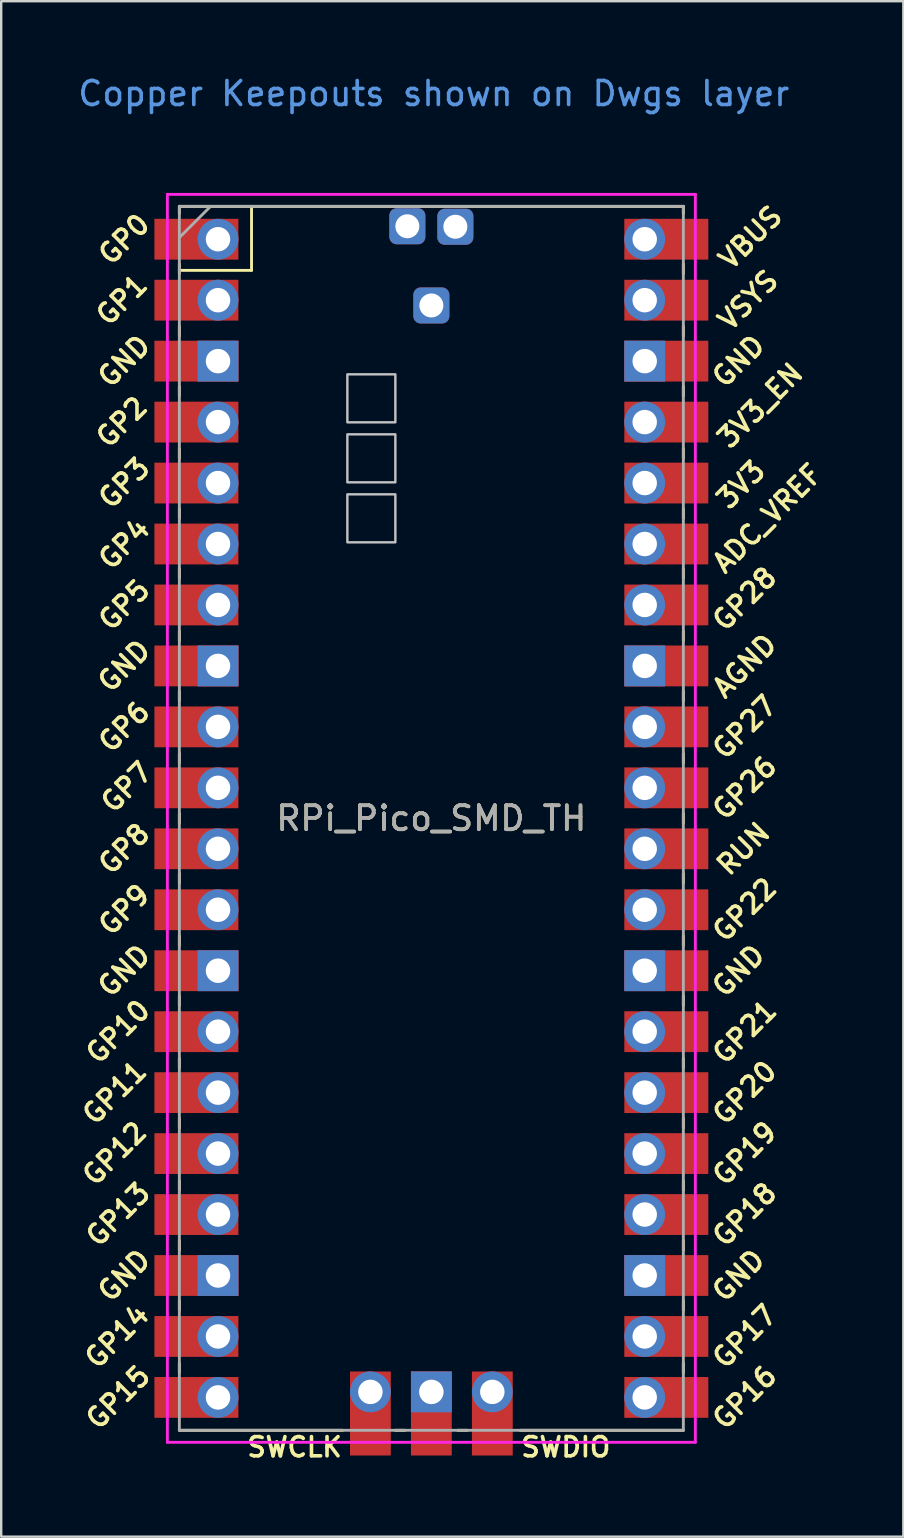
<source format=kicad_pcb>
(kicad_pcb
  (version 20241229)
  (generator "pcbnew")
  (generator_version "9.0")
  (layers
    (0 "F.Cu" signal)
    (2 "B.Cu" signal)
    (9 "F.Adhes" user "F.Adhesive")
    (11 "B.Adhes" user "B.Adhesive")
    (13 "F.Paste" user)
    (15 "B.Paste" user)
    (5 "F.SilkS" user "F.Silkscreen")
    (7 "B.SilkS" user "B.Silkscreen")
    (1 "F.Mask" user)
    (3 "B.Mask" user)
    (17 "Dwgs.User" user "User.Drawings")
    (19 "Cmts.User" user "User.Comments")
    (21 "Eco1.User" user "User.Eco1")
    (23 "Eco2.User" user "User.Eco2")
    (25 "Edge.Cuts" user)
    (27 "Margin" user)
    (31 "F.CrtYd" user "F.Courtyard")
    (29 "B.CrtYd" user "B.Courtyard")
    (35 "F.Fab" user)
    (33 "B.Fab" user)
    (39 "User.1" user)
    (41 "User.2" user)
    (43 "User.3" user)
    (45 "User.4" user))
  (footprint "RPi_Pico_SMD_TH"
    (layer "F.Cu")
    (at 14.924 31.048)
    (property "Reference" "RPi_Pico_SMD_TH" (at 0 0 0) (layer "F.SilkS") (effects (font (size 1 1) (thickness 0.15))))
    (attr through_hole)
    (fp_line (start -10.5 -25.5) (end -10.5 -25.2) (stroke (width 0.12) (type solid)) (layer "F.SilkS"))
    (fp_line (start -10.5 -25.5) (end 10.5 -25.5) (stroke (width 0.12) (type solid)) (layer "F.SilkS"))
    (fp_line (start -10.5 -23.1) (end -10.5 -22.7) (stroke (width 0.12) (type solid)) (layer "F.SilkS"))
    (fp_line (start -10.5 -22.833) (end -7.493 -22.833) (stroke (width 0.12) (type solid)) (layer "F.SilkS"))
    (fp_line (start -10.5 -20.5) (end -10.5 -20.1) (stroke (width 0.12) (type solid)) (layer "F.SilkS"))
    (fp_line (start -10.5 -18) (end -10.5 -17.6) (stroke (width 0.12) (type solid)) (layer "F.SilkS"))
    (fp_line (start -10.5 -15.4) (end -10.5 -15) (stroke (width 0.12) (type solid)) (layer "F.SilkS"))
    (fp_line (start -10.5 -12.9) (end -10.5 -12.5) (stroke (width 0.12) (type solid)) (layer "F.SilkS"))
    (fp_line (start -10.5 -10.4) (end -10.5 -10) (stroke (width 0.12) (type solid)) (layer "F.SilkS"))
    (fp_line (start -10.5 -7.8) (end -10.5 -7.4) (stroke (width 0.12) (type solid)) (layer "F.SilkS"))
    (fp_line (start -10.5 -5.3) (end -10.5 -4.9) (stroke (width 0.12) (type solid)) (layer "F.SilkS"))
    (fp_line (start -10.5 -2.7) (end -10.5 -2.3) (stroke (width 0.12) (type solid)) (layer "F.SilkS"))
    (fp_line (start -10.5 -0.2) (end -10.5 0.2) (stroke (width 0.12) (type solid)) (layer "F.SilkS"))
    (fp_line (start -10.5 2.3) (end -10.5 2.7) (stroke (width 0.12) (type solid)) (layer "F.SilkS"))
    (fp_line (start -10.5 4.9) (end -10.5 5.3) (stroke (width 0.12) (type solid)) (layer "F.SilkS"))
    (fp_line (start -10.5 7.4) (end -10.5 7.8) (stroke (width 0.12) (type solid)) (layer "F.SilkS"))
    (fp_line (start -10.5 10) (end -10.5 10.4) (stroke (width 0.12) (type solid)) (layer "F.SilkS"))
    (fp_line (start -10.5 12.5) (end -10.5 12.9) (stroke (width 0.12) (type solid)) (layer "F.SilkS"))
    (fp_line (start -10.5 15.1) (end -10.5 15.5) (stroke (width 0.12) (type solid)) (layer "F.SilkS"))
    (fp_line (start -10.5 17.6) (end -10.5 18) (stroke (width 0.12) (type solid)) (layer "F.SilkS"))
    (fp_line (start -10.5 20.1) (end -10.5 20.5) (stroke (width 0.12) (type solid)) (layer "F.SilkS"))
    (fp_line (start -10.5 22.7) (end -10.5 23.1) (stroke (width 0.12) (type solid)) (layer "F.SilkS"))
    (fp_line (start -7.493 -22.833) (end -7.493 -25.5) (stroke (width 0.12) (type solid)) (layer "F.SilkS"))
    (fp_line (start -3.7 25.5) (end -10.5 25.5) (stroke (width 0.12) (type solid)) (layer "F.SilkS"))
    (fp_line (start -1.5 25.5) (end -1.1 25.5) (stroke (width 0.12) (type solid)) (layer "F.SilkS"))
    (fp_line (start 1.1 25.5) (end 1.5 25.5) (stroke (width 0.12) (type solid)) (layer "F.SilkS"))
    (fp_line (start 10.5 -25.5) (end 10.5 -25.2) (stroke (width 0.12) (type solid)) (layer "F.SilkS"))
    (fp_line (start 10.5 -23.1) (end 10.5 -22.7) (stroke (width 0.12) (type solid)) (layer "F.SilkS"))
    (fp_line (start 10.5 -20.5) (end 10.5 -20.1) (stroke (width 0.12) (type solid)) (layer "F.SilkS"))
    (fp_line (start 10.5 -18) (end 10.5 -17.6) (stroke (width 0.12) (type solid)) (layer "F.SilkS"))
    (fp_line (start 10.5 -15.4) (end 10.5 -15) (stroke (width 0.12) (type solid)) (layer "F.SilkS"))
    (fp_line (start 10.5 -12.9) (end 10.5 -12.5) (stroke (width 0.12) (type solid)) (layer "F.SilkS"))
    (fp_line (start 10.5 -10.4) (end 10.5 -10) (stroke (width 0.12) (type solid)) (layer "F.SilkS"))
    (fp_line (start 10.5 -7.8) (end 10.5 -7.4) (stroke (width 0.12) (type solid)) (layer "F.SilkS"))
    (fp_line (start 10.5 -5.3) (end 10.5 -4.9) (stroke (width 0.12) (type solid)) (layer "F.SilkS"))
    (fp_line (start 10.5 -2.7) (end 10.5 -2.3) (stroke (width 0.12) (type solid)) (layer "F.SilkS"))
    (fp_line (start 10.5 -0.2) (end 10.5 0.2) (stroke (width 0.12) (type solid)) (layer "F.SilkS"))
    (fp_line (start 10.5 2.3) (end 10.5 2.7) (stroke (width 0.12) (type solid)) (layer "F.SilkS"))
    (fp_line (start 10.5 4.9) (end 10.5 5.3) (stroke (width 0.12) (type solid)) (layer "F.SilkS"))
    (fp_line (start 10.5 7.4) (end 10.5 7.8) (stroke (width 0.12) (type solid)) (layer "F.SilkS"))
    (fp_line (start 10.5 10) (end 10.5 10.4) (stroke (width 0.12) (type solid)) (layer "F.SilkS"))
    (fp_line (start 10.5 12.5) (end 10.5 12.9) (stroke (width 0.12) (type solid)) (layer "F.SilkS"))
    (fp_line (start 10.5 15.1) (end 10.5 15.5) (stroke (width 0.12) (type solid)) (layer "F.SilkS"))
    (fp_line (start 10.5 17.6) (end 10.5 18) (stroke (width 0.12) (type solid)) (layer "F.SilkS"))
    (fp_line (start 10.5 20.1) (end 10.5 20.5) (stroke (width 0.12) (type solid)) (layer "F.SilkS"))
    (fp_line (start 10.5 22.7) (end 10.5 23.1) (stroke (width 0.12) (type solid)) (layer "F.SilkS"))
    (fp_line (start 10.5 25.5) (end 3.7 25.5) (stroke (width 0.12) (type solid)) (layer "F.SilkS"))
    (fp_poly (pts (xy -1.5 -16.5) (xy -3.5 -16.5) (xy -3.5 -18.5) (xy -1.5 -18.5)) (stroke (width 0.1) (type solid)) (fill no) (layer "Dwgs.User"))
    (fp_poly (pts (xy -1.5 -14) (xy -3.5 -14) (xy -3.5 -16) (xy -1.5 -16)) (stroke (width 0.1) (type solid)) (fill no) (layer "Dwgs.User"))
    (fp_poly (pts (xy -1.5 -11.5) (xy -3.5 -11.5) (xy -3.5 -13.5) (xy -1.5 -13.5)) (stroke (width 0.1) (type solid)) (fill no) (layer "Dwgs.User"))
    (fp_line (start -11 -26) (end 11 -26) (stroke (width 0.12) (type solid)) (layer "F.CrtYd"))
    (fp_line (start -11 26) (end -11 -26) (stroke (width 0.12) (type solid)) (layer "F.CrtYd"))
    (fp_line (start 11 -26) (end 11 26) (stroke (width 0.12) (type solid)) (layer "F.CrtYd"))
    (fp_line (start 11 26) (end -11 26) (stroke (width 0.12) (type solid)) (layer "F.CrtYd"))
    (fp_line (start -10.5 -25.5) (end 10.5 -25.5) (stroke (width 0.12) (type solid)) (layer "F.Fab"))
    (fp_line (start -10.5 -24.2) (end -9.2 -25.5) (stroke (width 0.12) (type solid)) (layer "F.Fab"))
    (fp_line (start -10.5 25.5) (end -10.5 -25.5) (stroke (width 0.12) (type solid)) (layer "F.Fab"))
    (fp_line (start 10.5 -25.5) (end 10.5 25.5) (stroke (width 0.12) (type solid)) (layer "F.Fab"))
    (fp_line (start 10.5 25.5) (end -10.5 25.5) (stroke (width 0.12) (type solid)) (layer "F.Fab"))
    (fp_text user "ADC_VREF" (at 14 -12.5 45) (layer "F.SilkS") (effects (font (size 0.8 0.8) (thickness 0.15))))
    (fp_text user "GP11" (at -13.2 11.43 45) (layer "F.SilkS") (effects (font (size 0.8 0.8) (thickness 0.15))))
    (fp_text user "GP9" (at -12.8 3.81 45) (layer "F.SilkS") (effects (font (size 0.8 0.8) (thickness 0.15))))
    (fp_text user "GP7" (at -12.7 -1.3 45) (layer "F.SilkS") (effects (font (size 0.8 0.8) (thickness 0.15))))
    (fp_text user "GP26" (at 13.054 -1.27 45) (layer "F.SilkS") (effects (font (size 0.8 0.8) (thickness 0.15))))
    (fp_text user "GP14" (at -13.1 21.59 45) (layer "F.SilkS") (effects (font (size 0.8 0.8) (thickness 0.15))))
    (fp_text user "GP5" (at -12.8 -8.89 45) (layer "F.SilkS") (effects (font (size 0.8 0.8) (thickness 0.15))))
    (fp_text user "GP13" (at -13.054 16.51 45) (layer "F.SilkS") (effects (font (size 0.8 0.8) (thickness 0.15))))
    (fp_text user "GP27" (at 13.054 -3.8 45) (layer "F.SilkS") (effects (font (size 0.8 0.8) (thickness 0.15))))
    (fp_text user "GP21" (at 13.054 8.9 45) (layer "F.SilkS") (effects (font (size 0.8 0.8) (thickness 0.15))))
    (fp_text user "GP1" (at -12.9 -21.6 45) (layer "F.SilkS") (effects (font (size 0.8 0.8) (thickness 0.15))))
    (fp_text user "GP17" (at 13.054 21.59 45) (layer "F.SilkS") (effects (font (size 0.8 0.8) (thickness 0.15))))
    (fp_text user "GP20" (at 13.054 11.43 45) (layer "F.SilkS") (effects (font (size 0.8 0.8) (thickness 0.15))))
    (fp_text user "GP4" (at -12.8 -11.43 45) (layer "F.SilkS") (effects (font (size 0.8 0.8) (thickness 0.15))))
    (fp_text user "GND" (at -12.8 6.35 45) (layer "F.SilkS") (effects (font (size 0.8 0.8) (thickness 0.15))))
    (fp_text user "SWCLK" (at -5.7 26.2 0) (layer "F.SilkS") (effects (font (size 0.8 0.8) (thickness 0.15))))
    (fp_text user "GND" (at 12.8 6.35 45) (layer "F.SilkS") (effects (font (size 0.8 0.8) (thickness 0.15))))
    (fp_text user "3V3" (at 12.9 -13.9 45) (layer "F.SilkS") (effects (font (size 0.8 0.8) (thickness 0.15))))
    (fp_text user "GP16" (at 13.054 24.13 45) (layer "F.SilkS") (effects (font (size 0.8 0.8) (thickness 0.15))))
    (fp_text user "GP2" (at -12.9 -16.51 45) (layer "F.SilkS") (effects (font (size 0.8 0.8) (thickness 0.15))))
    (fp_text user "GP19" (at 13.054 13.97 45) (layer "F.SilkS") (effects (font (size 0.8 0.8) (thickness 0.15))))
    (fp_text user "GP8" (at -12.8 1.27 45) (layer "F.SilkS") (effects (font (size 0.8 0.8) (thickness 0.15))))
    (fp_text user "GP6" (at -12.8 -3.81 45) (layer "F.SilkS") (effects (font (size 0.8 0.8) (thickness 0.15))))
    (fp_text user "GND" (at -12.8 19.05 45) (layer "F.SilkS") (effects (font (size 0.8 0.8) (thickness 0.15))))
    (fp_text user "GND" (at -12.8 -19.05 45) (layer "F.SilkS") (effects (font (size 0.8 0.8) (thickness 0.15))))
    (fp_text user "GP0" (at -12.8 -24.13 45) (layer "F.SilkS") (effects (font (size 0.8 0.8) (thickness 0.15))))
    (fp_text user "GP15" (at -13.054 24.13 45) (layer "F.SilkS") (effects (font (size 0.8 0.8) (thickness 0.15))))
    (fp_text user "RUN" (at 13 1.27 45) (layer "F.SilkS") (effects (font (size 0.8 0.8) (thickness 0.15))))
    (fp_text user "SWDIO" (at 5.6 26.2 0) (layer "F.SilkS") (effects (font (size 0.8 0.8) (thickness 0.15))))
    (fp_text user "AGND" (at 13.054 -6.35 45) (layer "F.SilkS") (effects (font (size 0.8 0.8) (thickness 0.15))))
    (fp_text user "VBUS" (at 13.3 -24.2 45) (layer "F.SilkS") (effects (font (size 0.8 0.8) (thickness 0.15))))
    (fp_text user "GP10" (at -13.054 8.89 45) (layer "F.SilkS") (effects (font (size 0.8 0.8) (thickness 0.15))))
    (fp_text user "GP22" (at 13.054 3.81 45) (layer "F.SilkS") (effects (font (size 0.8 0.8) (thickness 0.15))))
    (fp_text user "GP12" (at -13.2 13.97 45) (layer "F.SilkS") (effects (font (size 0.8 0.8) (thickness 0.15))))
    (fp_text user "VSYS" (at 13.2 -21.59 45) (layer "F.SilkS") (effects (font (size 0.8 0.8) (thickness 0.15))))
    (fp_text user "GND" (at 12.8 19.05 45) (layer "F.SilkS") (effects (font (size 0.8 0.8) (thickness 0.15))))
    (fp_text user "3V3_EN" (at 13.7 -17.2 45) (layer "F.SilkS") (effects (font (size 0.8 0.8) (thickness 0.15))))
    (fp_text user "GP18" (at 13.054 16.51 45) (layer "F.SilkS") (effects (font (size 0.8 0.8) (thickness 0.15))))
    (fp_text user "GND" (at -12.8 -6.35 45) (layer "F.SilkS") (effects (font (size 0.8 0.8) (thickness 0.15))))
    (fp_text user "GP28" (at 13.054 -9.144 45) (layer "F.SilkS") (effects (font (size 0.8 0.8) (thickness 0.15))))
    (fp_text user "GP3" (at -12.8 -13.97 45) (layer "F.SilkS") (effects (font (size 0.8 0.8) (thickness 0.15))))
    (fp_text user "GND" (at 12.8 -19.05 45) (layer "F.SilkS") (effects (font (size 0.8 0.8) (thickness 0.15))))
    (fp_text user "Copper Keepouts shown on Dwgs layer" (at 0.1 -30.2 0) (layer "Cmts.User") (effects (font (size 1 1) (thickness 0.15))))
    (fp_text user "${REFERENCE}" (at 0 0 180) (layer "F.Fab") (effects (font (size 1 1) (thickness 0.15))))
    (pad "1" thru_hole oval (at -8.89 -24.13) (size 1.7 1.7) (drill 1.02) (layers "*.Cu" "*.Mask"))
    (pad "1" smd rect (at -8.89 -24.13) (size 3.5 1.7) (drill (offset -0.9 0)) (layers "F.Cu" "F.Mask"))
    (pad "2" thru_hole oval (at -8.89 -21.59) (size 1.7 1.7) (drill 1.02) (layers "*.Cu" "*.Mask"))
    (pad "2" smd rect (at -8.89 -21.59) (size 3.5 1.7) (drill (offset -0.9 0)) (layers "F.Cu" "F.Mask"))
    (pad "3" thru_hole rect (at -8.89 -19.05) (size 1.7 1.7) (drill 1.02) (layers "*.Cu" "*.Mask"))
    (pad "3" smd rect (at -8.89 -19.05) (size 3.5 1.7) (drill (offset -0.9 0)) (layers "F.Cu" "F.Mask"))
    (pad "4" thru_hole oval (at -8.89 -16.51) (size 1.7 1.7) (drill 1.02) (layers "*.Cu" "*.Mask"))
    (pad "4" smd rect (at -8.89 -16.51) (size 3.5 1.7) (drill (offset -0.9 0)) (layers "F.Cu" "F.Mask"))
    (pad "5" thru_hole oval (at -8.89 -13.97) (size 1.7 1.7) (drill 1.02) (layers "*.Cu" "*.Mask"))
    (pad "5" smd rect (at -8.89 -13.97) (size 3.5 1.7) (drill (offset -0.9 0)) (layers "F.Cu" "F.Mask"))
    (pad "6" thru_hole oval (at -8.89 -11.43) (size 1.7 1.7) (drill 1.02) (layers "*.Cu" "*.Mask"))
    (pad "6" smd rect (at -8.89 -11.43) (size 3.5 1.7) (drill (offset -0.9 0)) (layers "F.Cu" "F.Mask"))
    (pad "7" thru_hole oval (at -8.89 -8.89) (size 1.7 1.7) (drill 1.02) (layers "*.Cu" "*.Mask"))
    (pad "7" smd rect (at -8.89 -8.89) (size 3.5 1.7) (drill (offset -0.9 0)) (layers "F.Cu" "F.Mask"))
    (pad "8" thru_hole rect (at -8.89 -6.35) (size 1.7 1.7) (drill 1.02) (layers "*.Cu" "*.Mask"))
    (pad "8" smd rect (at -8.89 -6.35) (size 3.5 1.7) (drill (offset -0.9 0)) (layers "F.Cu" "F.Mask"))
    (pad "9" thru_hole oval (at -8.89 -3.81) (size 1.7 1.7) (drill 1.02) (layers "*.Cu" "*.Mask"))
    (pad "9" smd rect (at -8.89 -3.81) (size 3.5 1.7) (drill (offset -0.9 0)) (layers "F.Cu" "F.Mask"))
    (pad "10" thru_hole oval (at -8.89 -1.27) (size 1.7 1.7) (drill 1.02) (layers "*.Cu" "*.Mask"))
    (pad "10" smd rect (at -8.89 -1.27) (size 3.5 1.7) (drill (offset -0.9 0)) (layers "F.Cu" "F.Mask"))
    (pad "11" thru_hole oval (at -8.89 1.27) (size 1.7 1.7) (drill 1.02) (layers "*.Cu" "*.Mask"))
    (pad "11" smd rect (at -8.89 1.27) (size 3.5 1.7) (drill (offset -0.9 0)) (layers "F.Cu" "F.Mask"))
    (pad "12" thru_hole oval (at -8.89 3.81) (size 1.7 1.7) (drill 1.02) (layers "*.Cu" "*.Mask"))
    (pad "12" smd rect (at -8.89 3.81) (size 3.5 1.7) (drill (offset -0.9 0)) (layers "F.Cu" "F.Mask"))
    (pad "13" thru_hole rect (at -8.89 6.35) (size 1.7 1.7) (drill 1.02) (layers "*.Cu" "*.Mask"))
    (pad "13" smd rect (at -8.89 6.35) (size 3.5 1.7) (drill (offset -0.9 0)) (layers "F.Cu" "F.Mask"))
    (pad "14" thru_hole oval (at -8.89 8.89) (size 1.7 1.7) (drill 1.02) (layers "*.Cu" "*.Mask"))
    (pad "14" smd rect (at -8.89 8.89) (size 3.5 1.7) (drill (offset -0.9 0)) (layers "F.Cu" "F.Mask"))
    (pad "15" thru_hole oval (at -8.89 11.43) (size 1.7 1.7) (drill 1.02) (layers "*.Cu" "*.Mask"))
    (pad "15" smd rect (at -8.89 11.43) (size 3.5 1.7) (drill (offset -0.9 0)) (layers "F.Cu" "F.Mask"))
    (pad "16" thru_hole oval (at -8.89 13.97) (size 1.7 1.7) (drill 1.02) (layers "*.Cu" "*.Mask"))
    (pad "16" smd rect (at -8.89 13.97) (size 3.5 1.7) (drill (offset -0.9 0)) (layers "F.Cu" "F.Mask"))
    (pad "17" thru_hole oval (at -8.89 16.51) (size 1.7 1.7) (drill 1.02) (layers "*.Cu" "*.Mask"))
    (pad "17" smd rect (at -8.89 16.51) (size 3.5 1.7) (drill (offset -0.9 0)) (layers "F.Cu" "F.Mask"))
    (pad "18" thru_hole rect (at -8.89 19.05) (size 1.7 1.7) (drill 1.02) (layers "*.Cu" "*.Mask"))
    (pad "18" smd rect (at -8.89 19.05) (size 3.5 1.7) (drill (offset -0.9 0)) (layers "F.Cu" "F.Mask"))
    (pad "19" thru_hole oval (at -8.89 21.59) (size 1.7 1.7) (drill 1.02) (layers "*.Cu" "*.Mask"))
    (pad "19" smd rect (at -8.89 21.59) (size 3.5 1.7) (drill (offset -0.9 0)) (layers "F.Cu" "F.Mask"))
    (pad "20" thru_hole oval (at -8.89 24.13) (size 1.7 1.7) (drill 1.02) (layers "*.Cu" "*.Mask"))
    (pad "20" smd rect (at -8.89 24.13) (size 3.5 1.7) (drill (offset -0.9 0)) (layers "F.Cu" "F.Mask"))
    (pad "21" thru_hole oval (at 8.89 24.13) (size 1.7 1.7) (drill 1.02) (layers "*.Cu" "*.Mask"))
    (pad "21" smd rect (at 8.89 24.13) (size 3.5 1.7) (drill (offset 0.9 0)) (layers "F.Cu" "F.Mask"))
    (pad "22" thru_hole oval (at 8.89 21.59) (size 1.7 1.7) (drill 1.02) (layers "*.Cu" "*.Mask"))
    (pad "22" smd rect (at 8.89 21.59) (size 3.5 1.7) (drill (offset 0.9 0)) (layers "F.Cu" "F.Mask"))
    (pad "23" thru_hole rect (at 8.89 19.05) (size 1.7 1.7) (drill 1.02) (layers "*.Cu" "*.Mask"))
    (pad "23" smd rect (at 8.89 19.05) (size 3.5 1.7) (drill (offset 0.9 0)) (layers "F.Cu" "F.Mask"))
    (pad "24" thru_hole oval (at 8.89 16.51) (size 1.7 1.7) (drill 1.02) (layers "*.Cu" "*.Mask"))
    (pad "24" smd rect (at 8.89 16.51) (size 3.5 1.7) (drill (offset 0.9 0)) (layers "F.Cu" "F.Mask"))
    (pad "25" thru_hole oval (at 8.89 13.97) (size 1.7 1.7) (drill 1.02) (layers "*.Cu" "*.Mask"))
    (pad "25" smd rect (at 8.89 13.97) (size 3.5 1.7) (drill (offset 0.9 0)) (layers "F.Cu" "F.Mask"))
    (pad "26" thru_hole oval (at 8.89 11.43) (size 1.7 1.7) (drill 1.02) (layers "*.Cu" "*.Mask"))
    (pad "26" smd rect (at 8.89 11.43) (size 3.5 1.7) (drill (offset 0.9 0)) (layers "F.Cu" "F.Mask"))
    (pad "27" thru_hole oval (at 8.89 8.89) (size 1.7 1.7) (drill 1.02) (layers "*.Cu" "*.Mask"))
    (pad "27" smd rect (at 8.89 8.89) (size 3.5 1.7) (drill (offset 0.9 0)) (layers "F.Cu" "F.Mask"))
    (pad "28" thru_hole rect (at 8.89 6.35) (size 1.7 1.7) (drill 1.02) (layers "*.Cu" "*.Mask"))
    (pad "28" smd rect (at 8.89 6.35) (size 3.5 1.7) (drill (offset 0.9 0)) (layers "F.Cu" "F.Mask"))
    (pad "29" thru_hole oval (at 8.89 3.81) (size 1.7 1.7) (drill 1.02) (layers "*.Cu" "*.Mask"))
    (pad "29" smd rect (at 8.89 3.81) (size 3.5 1.7) (drill (offset 0.9 0)) (layers "F.Cu" "F.Mask"))
    (pad "30" thru_hole oval (at 8.89 1.27) (size 1.7 1.7) (drill 1.02) (layers "*.Cu" "*.Mask"))
    (pad "30" smd rect (at 8.89 1.27) (size 3.5 1.7) (drill (offset 0.9 0)) (layers "F.Cu" "F.Mask"))
    (pad "31" thru_hole oval (at 8.89 -1.27) (size 1.7 1.7) (drill 1.02) (layers "*.Cu" "*.Mask"))
    (pad "31" smd rect (at 8.89 -1.27) (size 3.5 1.7) (drill (offset 0.9 0)) (layers "F.Cu" "F.Mask"))
    (pad "32" thru_hole oval (at 8.89 -3.81) (size 1.7 1.7) (drill 1.02) (layers "*.Cu" "*.Mask"))
    (pad "32" smd rect (at 8.89 -3.81) (size 3.5 1.7) (drill (offset 0.9 0)) (layers "F.Cu" "F.Mask"))
    (pad "33" thru_hole rect (at 8.89 -6.35) (size 1.7 1.7) (drill 1.02) (layers "*.Cu" "*.Mask"))
    (pad "33" smd rect (at 8.89 -6.35) (size 3.5 1.7) (drill (offset 0.9 0)) (layers "F.Cu" "F.Mask"))
    (pad "34" thru_hole oval (at 8.89 -8.89) (size 1.7 1.7) (drill 1.02) (layers "*.Cu" "*.Mask"))
    (pad "34" smd rect (at 8.89 -8.89) (size 3.5 1.7) (drill (offset 0.9 0)) (layers "F.Cu" "F.Mask"))
    (pad "35" thru_hole oval (at 8.89 -11.43) (size 1.7 1.7) (drill 1.02) (layers "*.Cu" "*.Mask"))
    (pad "35" smd rect (at 8.89 -11.43) (size 3.5 1.7) (drill (offset 0.9 0)) (layers "F.Cu" "F.Mask"))
    (pad "36" thru_hole oval (at 8.89 -13.97) (size 1.7 1.7) (drill 1.02) (layers "*.Cu" "*.Mask"))
    (pad "36" smd rect (at 8.89 -13.97) (size 3.5 1.7) (drill (offset 0.9 0)) (layers "F.Cu" "F.Mask"))
    (pad "37" thru_hole oval (at 8.89 -16.51) (size 1.7 1.7) (drill 1.02) (layers "*.Cu" "*.Mask"))
    (pad "37" smd rect (at 8.89 -16.51) (size 3.5 1.7) (drill (offset 0.9 0)) (layers "F.Cu" "F.Mask"))
    (pad "38" thru_hole rect (at 8.89 -19.05) (size 1.7 1.7) (drill 1.02) (layers "*.Cu" "*.Mask"))
    (pad "38" smd rect (at 8.89 -19.05) (size 3.5 1.7) (drill (offset 0.9 0)) (layers "F.Cu" "F.Mask"))
    (pad "39" thru_hole oval (at 8.89 -21.59) (size 1.7 1.7) (drill 1.02) (layers "*.Cu" "*.Mask"))
    (pad "39" smd rect (at 8.89 -21.59) (size 3.5 1.7) (drill (offset 0.9 0)) (layers "F.Cu" "F.Mask"))
    (pad "40" thru_hole oval (at 8.89 -24.13) (size 1.7 1.7) (drill 1.02) (layers "*.Cu" "*.Mask"))
    (pad "40" smd rect (at 8.89 -24.13) (size 3.5 1.7) (drill (offset 0.9 0)) (layers "F.Cu" "F.Mask"))
    (pad "41" thru_hole oval (at -2.54 23.9) (size 1.7 1.7) (drill 1.02) (layers "*.Cu" "*.Mask"))
    (pad "41" smd rect (at -2.54 23.9 90) (size 3.5 1.7) (drill (offset -0.9 0)) (layers "F.Cu" "F.Mask"))
    (pad "42" thru_hole rect (at 0 23.9) (size 1.7 1.7) (drill 1.02) (layers "*.Cu" "*.Mask"))
    (pad "42" smd rect (at 0 23.9 90) (size 3.5 1.7) (drill (offset -0.9 0)) (layers "F.Cu" "F.Mask"))
    (pad "43" thru_hole oval (at 2.54 23.9) (size 1.7 1.7) (drill 1.02) (layers "*.Cu" "*.Mask"))
    (pad "43" smd rect (at 2.54 23.9 90) (size 3.5 1.7) (drill (offset -0.9 0)) (layers "F.Cu" "F.Mask"))
    (pad "TP1" thru_hole roundrect (at 0 -21.37) (size 1.5 1.5) (drill 1) (layers "*.Cu" "*.Mask") (roundrect_rratio 0.2))
    (pad "TP2" thru_hole roundrect (at 1 -24.65) (size 1.5 1.5) (drill 1) (layers "*.Cu" "*.Mask") (roundrect_rratio 0.2))
    (pad "TP3" thru_hole roundrect (at -1 -24.67) (size 1.5 1.5) (drill 1) (layers "*.Cu" "*.Mask") (roundrect_rratio 0.2)))
  (gr_rect
    (start -3 -3)
    (end 34.591 60.98)
    (stroke (width 0.1) (type default))
    (fill no)
    (layer "Edge.Cuts")))
</source>
